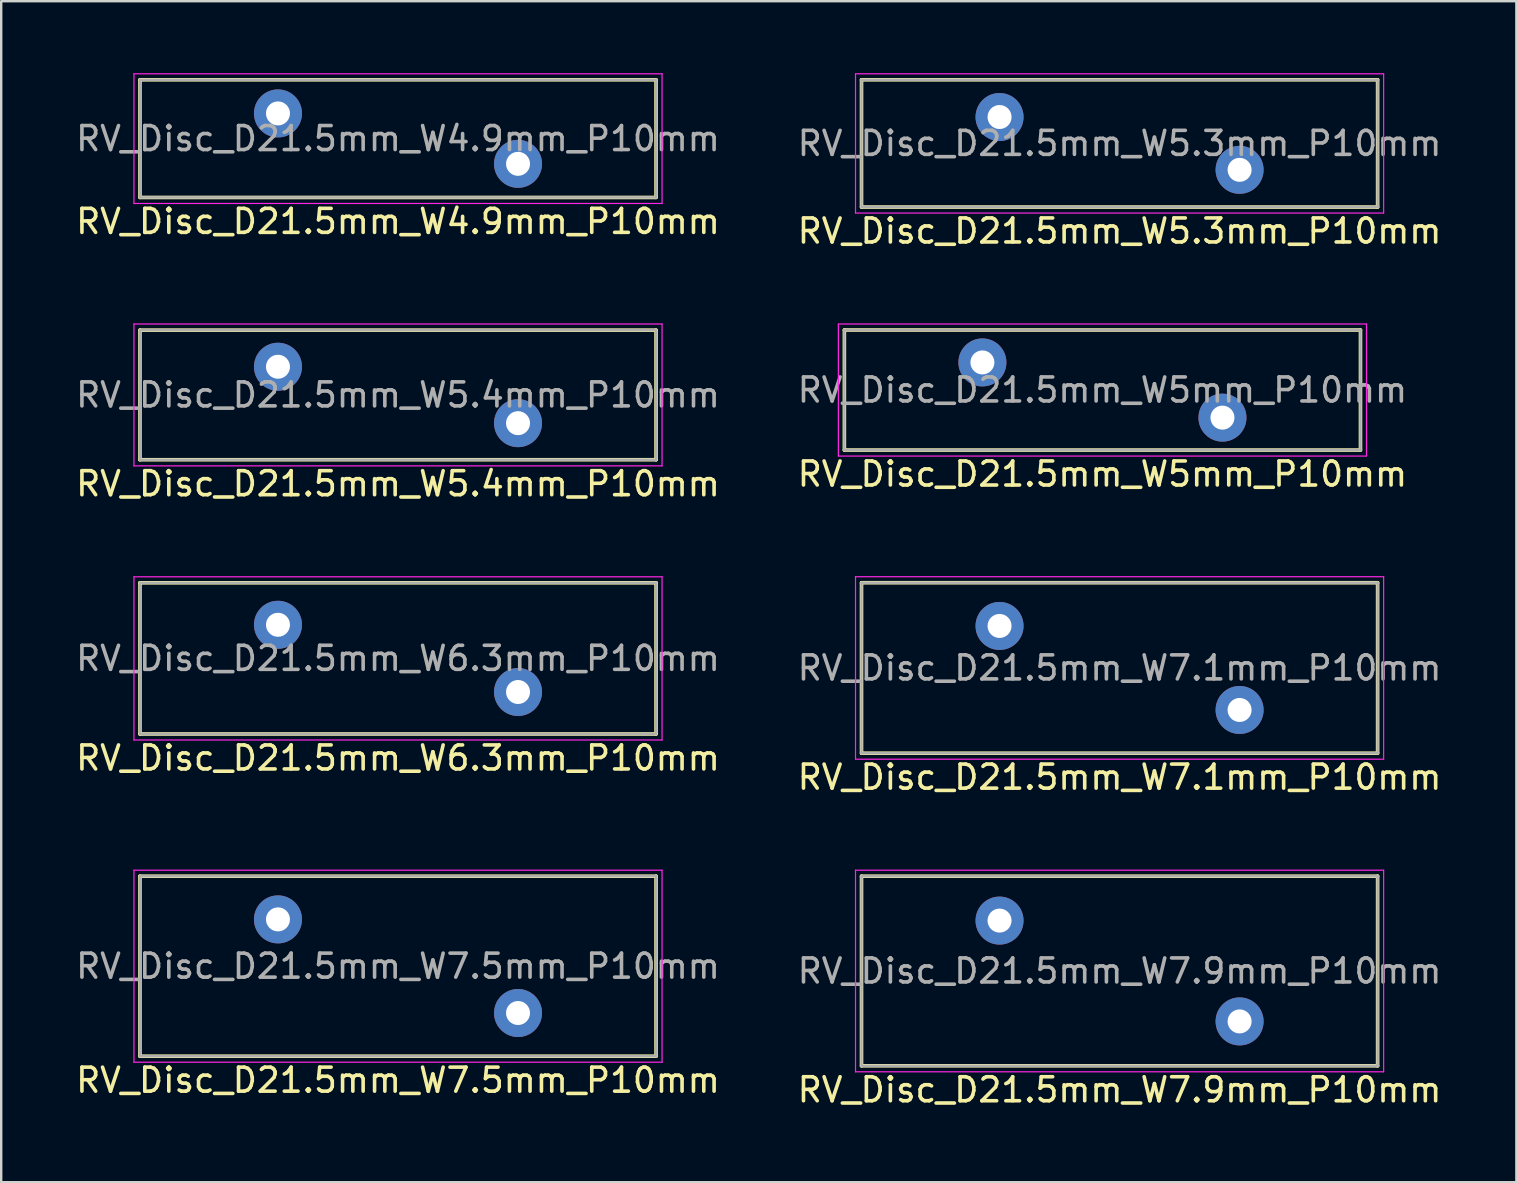
<source format=kicad_pcb>
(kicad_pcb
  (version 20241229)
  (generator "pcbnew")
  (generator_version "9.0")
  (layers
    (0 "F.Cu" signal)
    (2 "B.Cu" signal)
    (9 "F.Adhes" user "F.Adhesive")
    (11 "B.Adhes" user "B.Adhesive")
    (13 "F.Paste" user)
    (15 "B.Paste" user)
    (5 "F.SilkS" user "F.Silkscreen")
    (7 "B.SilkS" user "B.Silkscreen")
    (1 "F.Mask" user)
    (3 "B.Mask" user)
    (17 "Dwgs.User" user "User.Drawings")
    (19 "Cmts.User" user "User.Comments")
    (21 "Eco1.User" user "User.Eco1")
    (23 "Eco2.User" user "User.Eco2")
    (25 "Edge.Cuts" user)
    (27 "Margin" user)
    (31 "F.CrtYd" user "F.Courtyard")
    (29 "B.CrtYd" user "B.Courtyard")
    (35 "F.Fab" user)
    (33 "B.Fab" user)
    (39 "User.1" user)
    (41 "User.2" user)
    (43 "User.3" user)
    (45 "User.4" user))
  (footprint "RV_Disc_D21.5mm_W4.9mm_P10mm"
    (layer "F.Cu")
    (at 8.53 1.675)
    (property "Reference" "RV_Disc_D21.5mm_W4.9mm_P10mm" (at 5 4.5 0) (layer "F.SilkS") (effects (font (size 1 1) (thickness 0.15))))
    (attr through_hole)
    (fp_line (start -5.75 -1.4) (end -5.75 3.5) (stroke (width 0.15) (type solid)) (layer "F.SilkS"))
    (fp_line (start -5.75 -1.4) (end 15.75 -1.4) (stroke (width 0.15) (type solid)) (layer "F.SilkS"))
    (fp_line (start -5.75 3.5) (end 15.75 3.5) (stroke (width 0.15) (type solid)) (layer "F.SilkS"))
    (fp_line (start 15.75 -1.4) (end 15.75 3.5) (stroke (width 0.15) (type solid)) (layer "F.SilkS"))
    (fp_line (start -6 -1.65) (end -6 3.75) (stroke (width 0.05) (type solid)) (layer "F.CrtYd"))
    (fp_line (start -6 -1.65) (end 16 -1.65) (stroke (width 0.05) (type solid)) (layer "F.CrtYd"))
    (fp_line (start -6 3.75) (end 16 3.75) (stroke (width 0.05) (type solid)) (layer "F.CrtYd"))
    (fp_line (start 16 -1.65) (end 16 3.75) (stroke (width 0.05) (type solid)) (layer "F.CrtYd"))
    (fp_line (start -5.75 -1.4) (end -5.75 3.5) (stroke (width 0.1) (type solid)) (layer "F.Fab"))
    (fp_line (start -5.75 -1.4) (end 15.75 -1.4) (stroke (width 0.1) (type solid)) (layer "F.Fab"))
    (fp_line (start -5.75 3.5) (end 15.75 3.5) (stroke (width 0.1) (type solid)) (layer "F.Fab"))
    (fp_line (start 15.75 -1.4) (end 15.75 3.5) (stroke (width 0.1) (type solid)) (layer "F.Fab"))
    (fp_text user "${REFERENCE}" (at 5 1.05 0) (layer "F.Fab") (effects (font (size 1 1) (thickness 0.15))))
    (pad "1" thru_hole circle (at 0 0) (size 2 2) (drill 1) (layers "*.Cu" "*.Mask"))
    (pad "2" thru_hole circle (at 10 2.1) (size 2 2) (drill 1) (layers "*.Cu" "*.Mask")))
  (footprint "RV_Disc_D21.5mm_W7.1mm_P10mm"
    (layer "F.Cu")
    (at 38.589 23.026)
    (property "Reference" "RV_Disc_D21.5mm_W7.1mm_P10mm" (at 5 6.3 0) (layer "F.SilkS") (effects (font (size 1 1) (thickness 0.15))))
    (attr through_hole)
    (fp_line (start -5.75 -1.8) (end -5.75 5.3) (stroke (width 0.15) (type solid)) (layer "F.SilkS"))
    (fp_line (start -5.75 -1.8) (end 15.75 -1.8) (stroke (width 0.15) (type solid)) (layer "F.SilkS"))
    (fp_line (start -5.75 5.3) (end 15.75 5.3) (stroke (width 0.15) (type solid)) (layer "F.SilkS"))
    (fp_line (start 15.75 -1.8) (end 15.75 5.3) (stroke (width 0.15) (type solid)) (layer "F.SilkS"))
    (fp_line (start -6 -2.05) (end -6 5.55) (stroke (width 0.05) (type solid)) (layer "F.CrtYd"))
    (fp_line (start -6 -2.05) (end 16 -2.05) (stroke (width 0.05) (type solid)) (layer "F.CrtYd"))
    (fp_line (start -6 5.55) (end 16 5.55) (stroke (width 0.05) (type solid)) (layer "F.CrtYd"))
    (fp_line (start 16 -2.05) (end 16 5.55) (stroke (width 0.05) (type solid)) (layer "F.CrtYd"))
    (fp_line (start -5.75 -1.8) (end -5.75 5.3) (stroke (width 0.1) (type solid)) (layer "F.Fab"))
    (fp_line (start -5.75 -1.8) (end 15.75 -1.8) (stroke (width 0.1) (type solid)) (layer "F.Fab"))
    (fp_line (start -5.75 5.3) (end 15.75 5.3) (stroke (width 0.1) (type solid)) (layer "F.Fab"))
    (fp_line (start 15.75 -1.8) (end 15.75 5.3) (stroke (width 0.1) (type solid)) (layer "F.Fab"))
    (fp_text user "${REFERENCE}" (at 5 1.75 0) (layer "F.Fab") (effects (font (size 1 1) (thickness 0.15))))
    (pad "1" thru_hole circle (at 0 0) (size 2 2) (drill 1) (layers "*.Cu" "*.Mask"))
    (pad "2" thru_hole circle (at 10 3.5) (size 2 2) (drill 1) (layers "*.Cu" "*.Mask")))
  (footprint "RV_Disc_D21.5mm_W7.9mm_P10mm"
    (layer "F.Cu")
    (at 38.589 35.3)
    (property "Reference" "RV_Disc_D21.5mm_W7.9mm_P10mm" (at 5 7.05 0) (layer "F.SilkS") (effects (font (size 1 1) (thickness 0.15))))
    (attr through_hole)
    (fp_line (start -5.75 -1.85) (end -5.75 6.05) (stroke (width 0.15) (type solid)) (layer "F.SilkS"))
    (fp_line (start -5.75 -1.85) (end 15.75 -1.85) (stroke (width 0.15) (type solid)) (layer "F.SilkS"))
    (fp_line (start -5.75 6.05) (end 15.75 6.05) (stroke (width 0.15) (type solid)) (layer "F.SilkS"))
    (fp_line (start 15.75 -1.85) (end 15.75 6.05) (stroke (width 0.15) (type solid)) (layer "F.SilkS"))
    (fp_line (start -6 -2.1) (end -6 6.3) (stroke (width 0.05) (type solid)) (layer "F.CrtYd"))
    (fp_line (start -6 -2.1) (end 16 -2.1) (stroke (width 0.05) (type solid)) (layer "F.CrtYd"))
    (fp_line (start -6 6.3) (end 16 6.3) (stroke (width 0.05) (type solid)) (layer "F.CrtYd"))
    (fp_line (start 16 -2.1) (end 16 6.3) (stroke (width 0.05) (type solid)) (layer "F.CrtYd"))
    (fp_line (start -5.75 -1.85) (end -5.75 6.05) (stroke (width 0.1) (type solid)) (layer "F.Fab"))
    (fp_line (start -5.75 -1.85) (end 15.75 -1.85) (stroke (width 0.1) (type solid)) (layer "F.Fab"))
    (fp_line (start -5.75 6.05) (end 15.75 6.05) (stroke (width 0.1) (type solid)) (layer "F.Fab"))
    (fp_line (start 15.75 -1.85) (end 15.75 6.05) (stroke (width 0.1) (type solid)) (layer "F.Fab"))
    (fp_text user "${REFERENCE}" (at 5 2.1 0) (layer "F.Fab") (effects (font (size 1 1) (thickness 0.15))))
    (pad "1" thru_hole circle (at 0 0) (size 2 2) (drill 1) (layers "*.Cu" "*.Mask"))
    (pad "2" thru_hole circle (at 10 4.2) (size 2 2) (drill 1) (layers "*.Cu" "*.Mask")))
  (footprint "RV_Disc_D21.5mm_W5.3mm_P10mm"
    (layer "F.Cu")
    (at 38.589 1.825)
    (property "Reference" "RV_Disc_D21.5mm_W5.3mm_P10mm" (at 5 4.75 0) (layer "F.SilkS") (effects (font (size 1 1) (thickness 0.15))))
    (attr through_hole)
    (fp_line (start -5.75 -1.55) (end -5.75 3.75) (stroke (width 0.15) (type solid)) (layer "F.SilkS"))
    (fp_line (start -5.75 -1.55) (end 15.75 -1.55) (stroke (width 0.15) (type solid)) (layer "F.SilkS"))
    (fp_line (start -5.75 3.75) (end 15.75 3.75) (stroke (width 0.15) (type solid)) (layer "F.SilkS"))
    (fp_line (start 15.75 -1.55) (end 15.75 3.75) (stroke (width 0.15) (type solid)) (layer "F.SilkS"))
    (fp_line (start -6 -1.8) (end -6 4) (stroke (width 0.05) (type solid)) (layer "F.CrtYd"))
    (fp_line (start -6 -1.8) (end 16 -1.8) (stroke (width 0.05) (type solid)) (layer "F.CrtYd"))
    (fp_line (start -6 4) (end 16 4) (stroke (width 0.05) (type solid)) (layer "F.CrtYd"))
    (fp_line (start 16 -1.8) (end 16 4) (stroke (width 0.05) (type solid)) (layer "F.CrtYd"))
    (fp_line (start -5.75 -1.55) (end -5.75 3.75) (stroke (width 0.1) (type solid)) (layer "F.Fab"))
    (fp_line (start -5.75 -1.55) (end 15.75 -1.55) (stroke (width 0.1) (type solid)) (layer "F.Fab"))
    (fp_line (start -5.75 3.75) (end 15.75 3.75) (stroke (width 0.1) (type solid)) (layer "F.Fab"))
    (fp_line (start 15.75 -1.55) (end 15.75 3.75) (stroke (width 0.1) (type solid)) (layer "F.Fab"))
    (fp_text user "${REFERENCE}" (at 5 1.1 0) (layer "F.Fab") (effects (font (size 1 1) (thickness 0.15))))
    (pad "1" thru_hole circle (at 0 0) (size 2 2) (drill 1) (layers "*.Cu" "*.Mask"))
    (pad "2" thru_hole circle (at 10 2.2) (size 2 2) (drill 1) (layers "*.Cu" "*.Mask")))
  (footprint "RV_Disc_D21.5mm_W7.5mm_P10mm"
    (layer "F.Cu")
    (at 8.53 35.25)
    (property "Reference" "RV_Disc_D21.5mm_W7.5mm_P10mm" (at 5 6.7 0) (layer "F.SilkS") (effects (font (size 1 1) (thickness 0.15))))
    (attr through_hole)
    (fp_line (start -5.75 -1.8) (end -5.75 5.7) (stroke (width 0.15) (type solid)) (layer "F.SilkS"))
    (fp_line (start -5.75 -1.8) (end 15.75 -1.8) (stroke (width 0.15) (type solid)) (layer "F.SilkS"))
    (fp_line (start -5.75 5.7) (end 15.75 5.7) (stroke (width 0.15) (type solid)) (layer "F.SilkS"))
    (fp_line (start 15.75 -1.8) (end 15.75 5.7) (stroke (width 0.15) (type solid)) (layer "F.SilkS"))
    (fp_line (start -6 -2.05) (end -6 5.95) (stroke (width 0.05) (type solid)) (layer "F.CrtYd"))
    (fp_line (start -6 -2.05) (end 16 -2.05) (stroke (width 0.05) (type solid)) (layer "F.CrtYd"))
    (fp_line (start -6 5.95) (end 16 5.95) (stroke (width 0.05) (type solid)) (layer "F.CrtYd"))
    (fp_line (start 16 -2.05) (end 16 5.95) (stroke (width 0.05) (type solid)) (layer "F.CrtYd"))
    (fp_line (start -5.75 -1.8) (end -5.75 5.7) (stroke (width 0.1) (type solid)) (layer "F.Fab"))
    (fp_line (start -5.75 -1.8) (end 15.75 -1.8) (stroke (width 0.1) (type solid)) (layer "F.Fab"))
    (fp_line (start -5.75 5.7) (end 15.75 5.7) (stroke (width 0.1) (type solid)) (layer "F.Fab"))
    (fp_line (start 15.75 -1.8) (end 15.75 5.7) (stroke (width 0.1) (type solid)) (layer "F.Fab"))
    (fp_text user "${REFERENCE}" (at 5 1.95 0) (layer "F.Fab") (effects (font (size 1 1) (thickness 0.15))))
    (pad "1" thru_hole circle (at 0 0) (size 2 2) (drill 1) (layers "*.Cu" "*.Mask"))
    (pad "2" thru_hole circle (at 10 3.9) (size 2 2) (drill 1) (layers "*.Cu" "*.Mask")))
  (footprint "RV_Disc_D21.5mm_W6.3mm_P10mm"
    (layer "F.Cu")
    (at 8.53 22.977)
    (property "Reference" "RV_Disc_D21.5mm_W6.3mm_P10mm" (at 5 5.55 0) (layer "F.SilkS") (effects (font (size 1 1) (thickness 0.15))))
    (attr through_hole)
    (fp_line (start -5.75 -1.75) (end -5.75 4.55) (stroke (width 0.15) (type solid)) (layer "F.SilkS"))
    (fp_line (start -5.75 -1.75) (end 15.75 -1.75) (stroke (width 0.15) (type solid)) (layer "F.SilkS"))
    (fp_line (start -5.75 4.55) (end 15.75 4.55) (stroke (width 0.15) (type solid)) (layer "F.SilkS"))
    (fp_line (start 15.75 -1.75) (end 15.75 4.55) (stroke (width 0.15) (type solid)) (layer "F.SilkS"))
    (fp_line (start -6 -2) (end -6 4.8) (stroke (width 0.05) (type solid)) (layer "F.CrtYd"))
    (fp_line (start -6 -2) (end 16 -2) (stroke (width 0.05) (type solid)) (layer "F.CrtYd"))
    (fp_line (start -6 4.8) (end 16 4.8) (stroke (width 0.05) (type solid)) (layer "F.CrtYd"))
    (fp_line (start 16 -2) (end 16 4.8) (stroke (width 0.05) (type solid)) (layer "F.CrtYd"))
    (fp_line (start -5.75 -1.75) (end -5.75 4.55) (stroke (width 0.1) (type solid)) (layer "F.Fab"))
    (fp_line (start -5.75 -1.75) (end 15.75 -1.75) (stroke (width 0.1) (type solid)) (layer "F.Fab"))
    (fp_line (start -5.75 4.55) (end 15.75 4.55) (stroke (width 0.1) (type solid)) (layer "F.Fab"))
    (fp_line (start 15.75 -1.75) (end 15.75 4.55) (stroke (width 0.1) (type solid)) (layer "F.Fab"))
    (fp_text user "${REFERENCE}" (at 5 1.4 0) (layer "F.Fab") (effects (font (size 1 1) (thickness 0.15))))
    (pad "1" thru_hole circle (at 0 0) (size 2 2) (drill 1) (layers "*.Cu" "*.Mask"))
    (pad "2" thru_hole circle (at 10 2.8) (size 2 2) (drill 1) (layers "*.Cu" "*.Mask")))
  (footprint "RV_Disc_D21.5mm_W5.4mm_P10mm"
    (layer "F.Cu")
    (at 8.53 12.228)
    (property "Reference" "RV_Disc_D21.5mm_W5.4mm_P10mm" (at 5 4.875 0) (layer "F.SilkS") (effects (font (size 1 1) (thickness 0.15))))
    (attr through_hole)
    (fp_line (start -5.75 -1.525) (end -5.75 3.875) (stroke (width 0.15) (type solid)) (layer "F.SilkS"))
    (fp_line (start -5.75 -1.525) (end 15.75 -1.525) (stroke (width 0.15) (type solid)) (layer "F.SilkS"))
    (fp_line (start -5.75 3.875) (end 15.75 3.875) (stroke (width 0.15) (type solid)) (layer "F.SilkS"))
    (fp_line (start 15.75 -1.525) (end 15.75 3.875) (stroke (width 0.15) (type solid)) (layer "F.SilkS"))
    (fp_line (start -6 -1.78) (end -6 4.13) (stroke (width 0.05) (type solid)) (layer "F.CrtYd"))
    (fp_line (start -6 -1.78) (end 16 -1.78) (stroke (width 0.05) (type solid)) (layer "F.CrtYd"))
    (fp_line (start -6 4.13) (end 16 4.13) (stroke (width 0.05) (type solid)) (layer "F.CrtYd"))
    (fp_line (start 16 -1.78) (end 16 4.13) (stroke (width 0.05) (type solid)) (layer "F.CrtYd"))
    (fp_line (start -5.75 -1.525) (end -5.75 3.875) (stroke (width 0.1) (type solid)) (layer "F.Fab"))
    (fp_line (start -5.75 -1.525) (end 15.75 -1.525) (stroke (width 0.1) (type solid)) (layer "F.Fab"))
    (fp_line (start -5.75 3.875) (end 15.75 3.875) (stroke (width 0.1) (type solid)) (layer "F.Fab"))
    (fp_line (start 15.75 -1.525) (end 15.75 3.875) (stroke (width 0.1) (type solid)) (layer "F.Fab"))
    (fp_text user "${REFERENCE}" (at 5 1.175 0) (layer "F.Fab") (effects (font (size 1 1) (thickness 0.15))))
    (pad "1" thru_hole circle (at 0 0) (size 2 2) (drill 1) (layers "*.Cu" "*.Mask"))
    (pad "2" thru_hole circle (at 10 2.35) (size 2 2) (drill 1) (layers "*.Cu" "*.Mask")))
  (footprint "RV_Disc_D21.5mm_W5mm_P10mm"
    (layer "F.Cu")
    (at 37.875 12.048)
    (property "Reference" "RV_Disc_D21.5mm_W5mm_P10mm" (at 5 4.65 0) (layer "F.SilkS") (effects (font (size 1 1) (thickness 0.15))))
    (attr through_hole)
    (fp_line (start -5.75 -1.35) (end -5.75 3.65) (stroke (width 0.15) (type solid)) (layer "F.SilkS"))
    (fp_line (start -5.75 -1.35) (end 15.75 -1.35) (stroke (width 0.15) (type solid)) (layer "F.SilkS"))
    (fp_line (start -5.75 3.65) (end 15.75 3.65) (stroke (width 0.15) (type solid)) (layer "F.SilkS"))
    (fp_line (start 15.75 -1.35) (end 15.75 3.65) (stroke (width 0.15) (type solid)) (layer "F.SilkS"))
    (fp_line (start -6 -1.6) (end -6 3.9) (stroke (width 0.05) (type solid)) (layer "F.CrtYd"))
    (fp_line (start -6 -1.6) (end 16 -1.6) (stroke (width 0.05) (type solid)) (layer "F.CrtYd"))
    (fp_line (start -6 3.9) (end 16 3.9) (stroke (width 0.05) (type solid)) (layer "F.CrtYd"))
    (fp_line (start 16 -1.6) (end 16 3.9) (stroke (width 0.05) (type solid)) (layer "F.CrtYd"))
    (fp_line (start -5.75 -1.35) (end -5.75 3.65) (stroke (width 0.1) (type solid)) (layer "F.Fab"))
    (fp_line (start -5.75 -1.35) (end 15.75 -1.35) (stroke (width 0.1) (type solid)) (layer "F.Fab"))
    (fp_line (start -5.75 3.65) (end 15.75 3.65) (stroke (width 0.1) (type solid)) (layer "F.Fab"))
    (fp_line (start 15.75 -1.35) (end 15.75 3.65) (stroke (width 0.1) (type solid)) (layer "F.Fab"))
    (fp_text user "${REFERENCE}" (at 5 1.15 0) (layer "F.Fab") (effects (font (size 1 1) (thickness 0.15))))
    (pad "1" thru_hole circle (at 0 0) (size 2 2) (drill 1) (layers "*.Cu" "*.Mask"))
    (pad "2" thru_hole circle (at 10 2.3) (size 2 2) (drill 1) (layers "*.Cu" "*.Mask")))
  (gr_rect
    (start -3 -3)
    (end 60.119 46.198)
    (stroke (width 0.1) (type default))
    (fill no)
    (layer "Edge.Cuts")))
</source>
